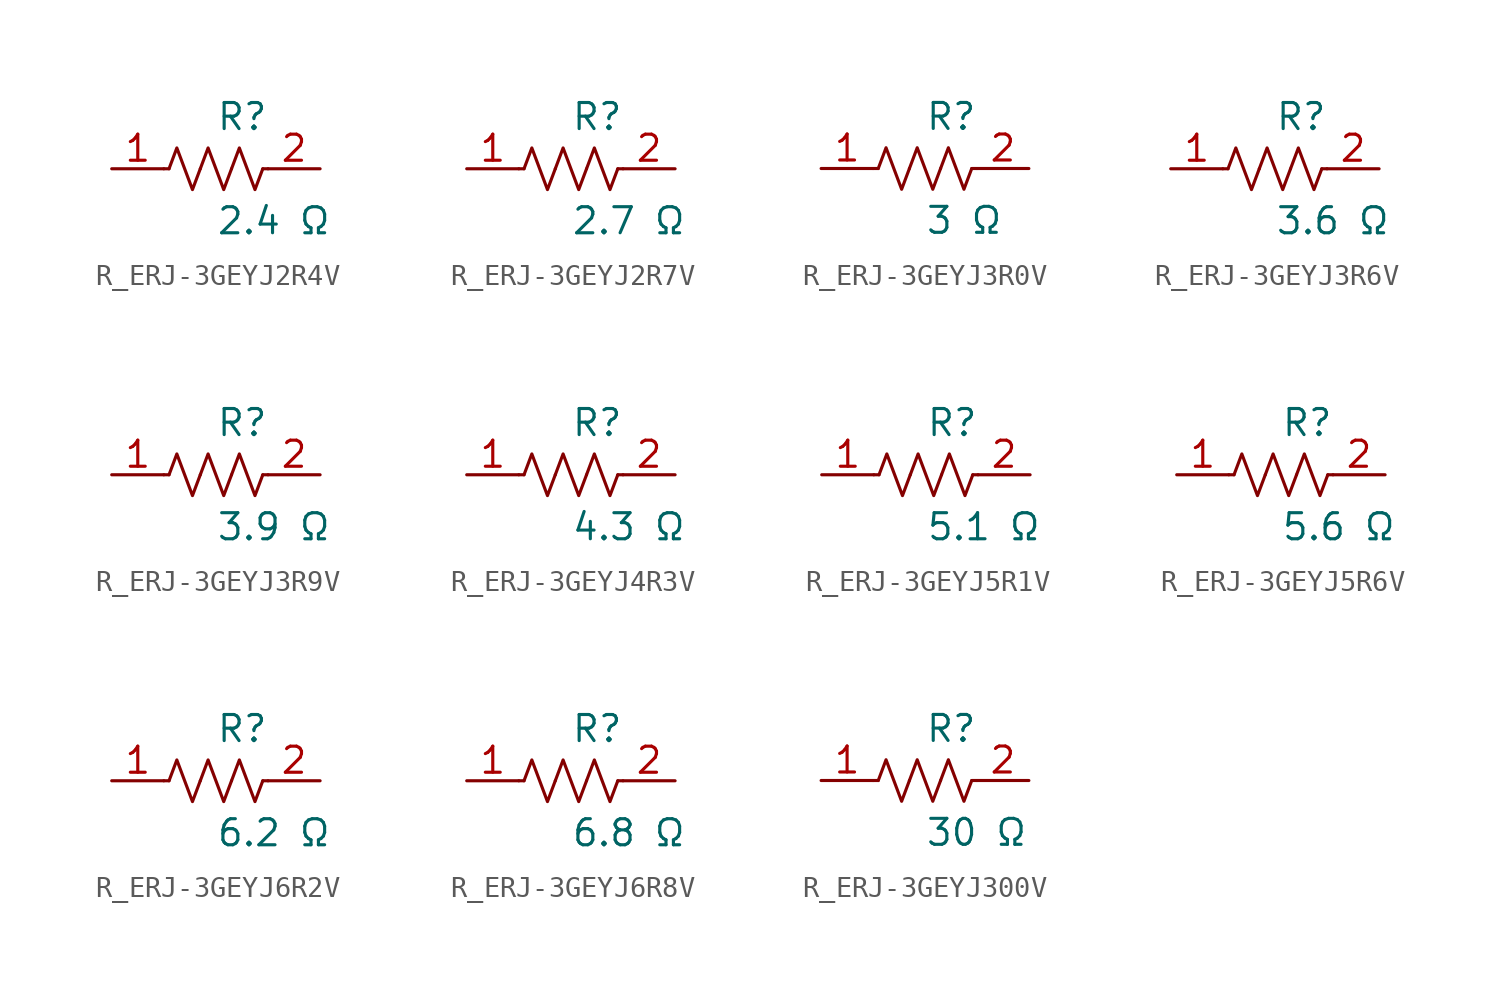
<source format=kicad_sym>
(kicad_symbol_lib
  (version 20231120)
  (generator kicad_symbol_editor)
  (generator_version 8.0)
  (symbol "R_ERJ-3GEYJ2R4V"
    (pin_names
      (offset 0.254))
    (property "Reference" "R"
      (at 0.0 2.54 0)
      (effects (font (size 1.27 1.27)) (justify left)))
    (property "Value" "2.4 Ω"
      (at 0.0 -2.54 0)
      (effects (font (size 1.27 1.27)) (justify left)))
    (symbol "R_ERJ-3GEYJ2R4V_0_1"
      (polyline (pts (xy 2.286 0) (xy 2.54 0)) (stroke (width 0) (type default)) (fill (type none)))
      (polyline (pts (xy -2.286 0) (xy -2.54 0)) (stroke (width 0) (type default)) (fill (type none)))
      (polyline (pts (xy 0.762 0) (xy 1.143 1.016) (xy 1.524 0) (xy 1.905 -1.016) (xy 2.286 0)) (stroke (width 0) (type default)) (fill (type none)))
      (polyline (pts (xy -0.762 0) (xy -0.381 1.016) (xy 0 0) (xy 0.381 -1.016) (xy 0.762 0)) (stroke (width 0) (type default)) (fill (type none)))
      (polyline (pts (xy -2.286 0) (xy -1.905 1.016) (xy -1.524 0) (xy -1.143 -1.016) (xy -0.762 0)) (stroke (width 0) (type default)) (fill (type none))))
    (pin unspecified line
      (at -5.08 0 0)
      (length 2.54)
      (name "" (effects (font (size 1.27 1.27))))
      (number "1" (effects (font (size 1.27 1.27)))))
    (pin unspecified line
      (at 5.08 0 180)
      (length 2.54)
      (name "" (effects (font (size 1.27 1.27))))
      (number "2" (effects (font (size 1.27 1.27))))))
  (symbol "R_ERJ-3GEYJ2R7V"
    (pin_names
      (offset 0.254))
    (property "Reference" "R"
      (at 0.0 2.54 0)
      (effects (font (size 1.27 1.27)) (justify left)))
    (property "Value" "2.7 Ω"
      (at 0.0 -2.54 0)
      (effects (font (size 1.27 1.27)) (justify left)))
    (symbol "R_ERJ-3GEYJ2R7V_0_1"
      (polyline (pts (xy 2.286 0) (xy 2.54 0)) (stroke (width 0) (type default)) (fill (type none)))
      (polyline (pts (xy -2.286 0) (xy -2.54 0)) (stroke (width 0) (type default)) (fill (type none)))
      (polyline (pts (xy 0.762 0) (xy 1.143 1.016) (xy 1.524 0) (xy 1.905 -1.016) (xy 2.286 0)) (stroke (width 0) (type default)) (fill (type none)))
      (polyline (pts (xy -0.762 0) (xy -0.381 1.016) (xy 0 0) (xy 0.381 -1.016) (xy 0.762 0)) (stroke (width 0) (type default)) (fill (type none)))
      (polyline (pts (xy -2.286 0) (xy -1.905 1.016) (xy -1.524 0) (xy -1.143 -1.016) (xy -0.762 0)) (stroke (width 0) (type default)) (fill (type none))))
    (pin unspecified line
      (at -5.08 0 0)
      (length 2.54)
      (name "" (effects (font (size 1.27 1.27))))
      (number "1" (effects (font (size 1.27 1.27)))))
    (pin unspecified line
      (at 5.08 0 180)
      (length 2.54)
      (name "" (effects (font (size 1.27 1.27))))
      (number "2" (effects (font (size 1.27 1.27))))))
  (symbol "R_ERJ-3GEYJ3R0V"
    (pin_names
      (offset 0.254))
    (property "Reference" "R"
      (at 0.0 2.54 0)
      (effects (font (size 1.27 1.27)) (justify left)))
    (property "Value" "3 Ω"
      (at 0.0 -2.54 0)
      (effects (font (size 1.27 1.27)) (justify left)))
    (symbol "R_ERJ-3GEYJ3R0V_0_1"
      (polyline (pts (xy 2.286 0) (xy 2.54 0)) (stroke (width 0) (type default)) (fill (type none)))
      (polyline (pts (xy -2.286 0) (xy -2.54 0)) (stroke (width 0) (type default)) (fill (type none)))
      (polyline (pts (xy 0.762 0) (xy 1.143 1.016) (xy 1.524 0) (xy 1.905 -1.016) (xy 2.286 0)) (stroke (width 0) (type default)) (fill (type none)))
      (polyline (pts (xy -0.762 0) (xy -0.381 1.016) (xy 0 0) (xy 0.381 -1.016) (xy 0.762 0)) (stroke (width 0) (type default)) (fill (type none)))
      (polyline (pts (xy -2.286 0) (xy -1.905 1.016) (xy -1.524 0) (xy -1.143 -1.016) (xy -0.762 0)) (stroke (width 0) (type default)) (fill (type none))))
    (pin unspecified line
      (at -5.08 0 0)
      (length 2.54)
      (name "" (effects (font (size 1.27 1.27))))
      (number "1" (effects (font (size 1.27 1.27)))))
    (pin unspecified line
      (at 5.08 0 180)
      (length 2.54)
      (name "" (effects (font (size 1.27 1.27))))
      (number "2" (effects (font (size 1.27 1.27))))))
  (symbol "R_ERJ-3GEYJ3R6V"
    (pin_names
      (offset 0.254))
    (property "Reference" "R"
      (at 0.0 2.54 0)
      (effects (font (size 1.27 1.27)) (justify left)))
    (property "Value" "3.6 Ω"
      (at 0.0 -2.54 0)
      (effects (font (size 1.27 1.27)) (justify left)))
    (symbol "R_ERJ-3GEYJ3R6V_0_1"
      (polyline (pts (xy 2.286 0) (xy 2.54 0)) (stroke (width 0) (type default)) (fill (type none)))
      (polyline (pts (xy -2.286 0) (xy -2.54 0)) (stroke (width 0) (type default)) (fill (type none)))
      (polyline (pts (xy 0.762 0) (xy 1.143 1.016) (xy 1.524 0) (xy 1.905 -1.016) (xy 2.286 0)) (stroke (width 0) (type default)) (fill (type none)))
      (polyline (pts (xy -0.762 0) (xy -0.381 1.016) (xy 0 0) (xy 0.381 -1.016) (xy 0.762 0)) (stroke (width 0) (type default)) (fill (type none)))
      (polyline (pts (xy -2.286 0) (xy -1.905 1.016) (xy -1.524 0) (xy -1.143 -1.016) (xy -0.762 0)) (stroke (width 0) (type default)) (fill (type none))))
    (pin unspecified line
      (at -5.08 0 0)
      (length 2.54)
      (name "" (effects (font (size 1.27 1.27))))
      (number "1" (effects (font (size 1.27 1.27)))))
    (pin unspecified line
      (at 5.08 0 180)
      (length 2.54)
      (name "" (effects (font (size 1.27 1.27))))
      (number "2" (effects (font (size 1.27 1.27))))))
  (symbol "R_ERJ-3GEYJ3R9V"
    (pin_names
      (offset 0.254))
    (property "Reference" "R"
      (at 0.0 2.54 0)
      (effects (font (size 1.27 1.27)) (justify left)))
    (property "Value" "3.9 Ω"
      (at 0.0 -2.54 0)
      (effects (font (size 1.27 1.27)) (justify left)))
    (symbol "R_ERJ-3GEYJ3R9V_0_1"
      (polyline (pts (xy 2.286 0) (xy 2.54 0)) (stroke (width 0) (type default)) (fill (type none)))
      (polyline (pts (xy -2.286 0) (xy -2.54 0)) (stroke (width 0) (type default)) (fill (type none)))
      (polyline (pts (xy 0.762 0) (xy 1.143 1.016) (xy 1.524 0) (xy 1.905 -1.016) (xy 2.286 0)) (stroke (width 0) (type default)) (fill (type none)))
      (polyline (pts (xy -0.762 0) (xy -0.381 1.016) (xy 0 0) (xy 0.381 -1.016) (xy 0.762 0)) (stroke (width 0) (type default)) (fill (type none)))
      (polyline (pts (xy -2.286 0) (xy -1.905 1.016) (xy -1.524 0) (xy -1.143 -1.016) (xy -0.762 0)) (stroke (width 0) (type default)) (fill (type none))))
    (pin unspecified line
      (at -5.08 0 0)
      (length 2.54)
      (name "" (effects (font (size 1.27 1.27))))
      (number "1" (effects (font (size 1.27 1.27)))))
    (pin unspecified line
      (at 5.08 0 180)
      (length 2.54)
      (name "" (effects (font (size 1.27 1.27))))
      (number "2" (effects (font (size 1.27 1.27))))))
  (symbol "R_ERJ-3GEYJ4R3V"
    (pin_names
      (offset 0.254))
    (property "Reference" "R"
      (at 0.0 2.54 0)
      (effects (font (size 1.27 1.27)) (justify left)))
    (property "Value" "4.3 Ω"
      (at 0.0 -2.54 0)
      (effects (font (size 1.27 1.27)) (justify left)))
    (symbol "R_ERJ-3GEYJ4R3V_0_1"
      (polyline (pts (xy 2.286 0) (xy 2.54 0)) (stroke (width 0) (type default)) (fill (type none)))
      (polyline (pts (xy -2.286 0) (xy -2.54 0)) (stroke (width 0) (type default)) (fill (type none)))
      (polyline (pts (xy 0.762 0) (xy 1.143 1.016) (xy 1.524 0) (xy 1.905 -1.016) (xy 2.286 0)) (stroke (width 0) (type default)) (fill (type none)))
      (polyline (pts (xy -0.762 0) (xy -0.381 1.016) (xy 0 0) (xy 0.381 -1.016) (xy 0.762 0)) (stroke (width 0) (type default)) (fill (type none)))
      (polyline (pts (xy -2.286 0) (xy -1.905 1.016) (xy -1.524 0) (xy -1.143 -1.016) (xy -0.762 0)) (stroke (width 0) (type default)) (fill (type none))))
    (pin unspecified line
      (at -5.08 0 0)
      (length 2.54)
      (name "" (effects (font (size 1.27 1.27))))
      (number "1" (effects (font (size 1.27 1.27)))))
    (pin unspecified line
      (at 5.08 0 180)
      (length 2.54)
      (name "" (effects (font (size 1.27 1.27))))
      (number "2" (effects (font (size 1.27 1.27))))))
  (symbol "R_ERJ-3GEYJ5R1V"
    (pin_names
      (offset 0.254))
    (property "Reference" "R"
      (at 0.0 2.54 0)
      (effects (font (size 1.27 1.27)) (justify left)))
    (property "Value" "5.1 Ω"
      (at 0.0 -2.54 0)
      (effects (font (size 1.27 1.27)) (justify left)))
    (symbol "R_ERJ-3GEYJ5R1V_0_1"
      (polyline (pts (xy 2.286 0) (xy 2.54 0)) (stroke (width 0) (type default)) (fill (type none)))
      (polyline (pts (xy -2.286 0) (xy -2.54 0)) (stroke (width 0) (type default)) (fill (type none)))
      (polyline (pts (xy 0.762 0) (xy 1.143 1.016) (xy 1.524 0) (xy 1.905 -1.016) (xy 2.286 0)) (stroke (width 0) (type default)) (fill (type none)))
      (polyline (pts (xy -0.762 0) (xy -0.381 1.016) (xy 0 0) (xy 0.381 -1.016) (xy 0.762 0)) (stroke (width 0) (type default)) (fill (type none)))
      (polyline (pts (xy -2.286 0) (xy -1.905 1.016) (xy -1.524 0) (xy -1.143 -1.016) (xy -0.762 0)) (stroke (width 0) (type default)) (fill (type none))))
    (pin unspecified line
      (at -5.08 0 0)
      (length 2.54)
      (name "" (effects (font (size 1.27 1.27))))
      (number "1" (effects (font (size 1.27 1.27)))))
    (pin unspecified line
      (at 5.08 0 180)
      (length 2.54)
      (name "" (effects (font (size 1.27 1.27))))
      (number "2" (effects (font (size 1.27 1.27))))))
  (symbol "R_ERJ-3GEYJ5R6V"
    (pin_names
      (offset 0.254))
    (property "Reference" "R"
      (at 0.0 2.54 0)
      (effects (font (size 1.27 1.27)) (justify left)))
    (property "Value" "5.6 Ω"
      (at 0.0 -2.54 0)
      (effects (font (size 1.27 1.27)) (justify left)))
    (symbol "R_ERJ-3GEYJ5R6V_0_1"
      (polyline (pts (xy 2.286 0) (xy 2.54 0)) (stroke (width 0) (type default)) (fill (type none)))
      (polyline (pts (xy -2.286 0) (xy -2.54 0)) (stroke (width 0) (type default)) (fill (type none)))
      (polyline (pts (xy 0.762 0) (xy 1.143 1.016) (xy 1.524 0) (xy 1.905 -1.016) (xy 2.286 0)) (stroke (width 0) (type default)) (fill (type none)))
      (polyline (pts (xy -0.762 0) (xy -0.381 1.016) (xy 0 0) (xy 0.381 -1.016) (xy 0.762 0)) (stroke (width 0) (type default)) (fill (type none)))
      (polyline (pts (xy -2.286 0) (xy -1.905 1.016) (xy -1.524 0) (xy -1.143 -1.016) (xy -0.762 0)) (stroke (width 0) (type default)) (fill (type none))))
    (pin unspecified line
      (at -5.08 0 0)
      (length 2.54)
      (name "" (effects (font (size 1.27 1.27))))
      (number "1" (effects (font (size 1.27 1.27)))))
    (pin unspecified line
      (at 5.08 0 180)
      (length 2.54)
      (name "" (effects (font (size 1.27 1.27))))
      (number "2" (effects (font (size 1.27 1.27))))))
  (symbol "R_ERJ-3GEYJ6R2V"
    (pin_names
      (offset 0.254))
    (property "Reference" "R"
      (at 0.0 2.54 0)
      (effects (font (size 1.27 1.27)) (justify left)))
    (property "Value" "6.2 Ω"
      (at 0.0 -2.54 0)
      (effects (font (size 1.27 1.27)) (justify left)))
    (symbol "R_ERJ-3GEYJ6R2V_0_1"
      (polyline (pts (xy 2.286 0) (xy 2.54 0)) (stroke (width 0) (type default)) (fill (type none)))
      (polyline (pts (xy -2.286 0) (xy -2.54 0)) (stroke (width 0) (type default)) (fill (type none)))
      (polyline (pts (xy 0.762 0) (xy 1.143 1.016) (xy 1.524 0) (xy 1.905 -1.016) (xy 2.286 0)) (stroke (width 0) (type default)) (fill (type none)))
      (polyline (pts (xy -0.762 0) (xy -0.381 1.016) (xy 0 0) (xy 0.381 -1.016) (xy 0.762 0)) (stroke (width 0) (type default)) (fill (type none)))
      (polyline (pts (xy -2.286 0) (xy -1.905 1.016) (xy -1.524 0) (xy -1.143 -1.016) (xy -0.762 0)) (stroke (width 0) (type default)) (fill (type none))))
    (pin unspecified line
      (at -5.08 0 0)
      (length 2.54)
      (name "" (effects (font (size 1.27 1.27))))
      (number "1" (effects (font (size 1.27 1.27)))))
    (pin unspecified line
      (at 5.08 0 180)
      (length 2.54)
      (name "" (effects (font (size 1.27 1.27))))
      (number "2" (effects (font (size 1.27 1.27))))))
  (symbol "R_ERJ-3GEYJ6R8V"
    (pin_names
      (offset 0.254))
    (property "Reference" "R"
      (at 0.0 2.54 0)
      (effects (font (size 1.27 1.27)) (justify left)))
    (property "Value" "6.8 Ω"
      (at 0.0 -2.54 0)
      (effects (font (size 1.27 1.27)) (justify left)))
    (symbol "R_ERJ-3GEYJ6R8V_0_1"
      (polyline (pts (xy 2.286 0) (xy 2.54 0)) (stroke (width 0) (type default)) (fill (type none)))
      (polyline (pts (xy -2.286 0) (xy -2.54 0)) (stroke (width 0) (type default)) (fill (type none)))
      (polyline (pts (xy 0.762 0) (xy 1.143 1.016) (xy 1.524 0) (xy 1.905 -1.016) (xy 2.286 0)) (stroke (width 0) (type default)) (fill (type none)))
      (polyline (pts (xy -0.762 0) (xy -0.381 1.016) (xy 0 0) (xy 0.381 -1.016) (xy 0.762 0)) (stroke (width 0) (type default)) (fill (type none)))
      (polyline (pts (xy -2.286 0) (xy -1.905 1.016) (xy -1.524 0) (xy -1.143 -1.016) (xy -0.762 0)) (stroke (width 0) (type default)) (fill (type none))))
    (pin unspecified line
      (at -5.08 0 0)
      (length 2.54)
      (name "" (effects (font (size 1.27 1.27))))
      (number "1" (effects (font (size 1.27 1.27)))))
    (pin unspecified line
      (at 5.08 0 180)
      (length 2.54)
      (name "" (effects (font (size 1.27 1.27))))
      (number "2" (effects (font (size 1.27 1.27))))))
  (symbol "R_ERJ-3GEYJ300V"
    (pin_names
      (offset 0.254))
    (property "Reference" "R"
      (at 0.0 2.54 0)
      (effects (font (size 1.27 1.27)) (justify left)))
    (property "Value" "30 Ω"
      (at 0.0 -2.54 0)
      (effects (font (size 1.27 1.27)) (justify left)))
    (symbol "R_ERJ-3GEYJ300V_0_1"
      (polyline (pts (xy 2.286 0) (xy 2.54 0)) (stroke (width 0) (type default)) (fill (type none)))
      (polyline (pts (xy -2.286 0) (xy -2.54 0)) (stroke (width 0) (type default)) (fill (type none)))
      (polyline (pts (xy 0.762 0) (xy 1.143 1.016) (xy 1.524 0) (xy 1.905 -1.016) (xy 2.286 0)) (stroke (width 0) (type default)) (fill (type none)))
      (polyline (pts (xy -0.762 0) (xy -0.381 1.016) (xy 0 0) (xy 0.381 -1.016) (xy 0.762 0)) (stroke (width 0) (type default)) (fill (type none)))
      (polyline (pts (xy -2.286 0) (xy -1.905 1.016) (xy -1.524 0) (xy -1.143 -1.016) (xy -0.762 0)) (stroke (width 0) (type default)) (fill (type none))))
    (pin unspecified line
      (at -5.08 0 0)
      (length 2.54)
      (name "" (effects (font (size 1.27 1.27))))
      (number "1" (effects (font (size 1.27 1.27)))))
    (pin unspecified line
      (at 5.08 0 180)
      (length 2.54)
      (name "" (effects (font (size 1.27 1.27))))
      (number "2" (effects (font (size 1.27 1.27)))))))
</source>
